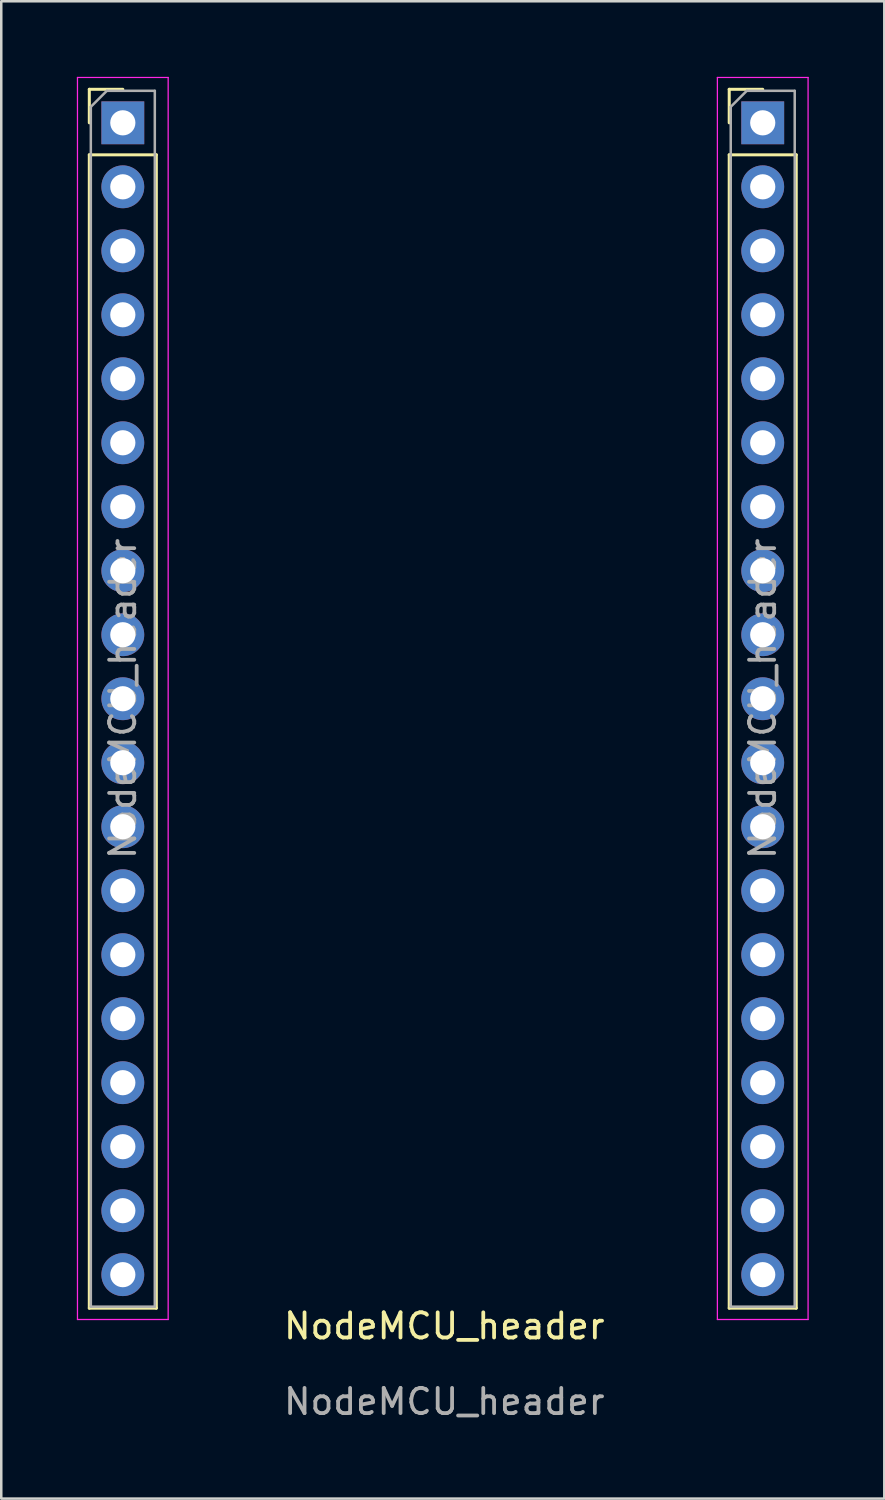
<source format=kicad_pcb>
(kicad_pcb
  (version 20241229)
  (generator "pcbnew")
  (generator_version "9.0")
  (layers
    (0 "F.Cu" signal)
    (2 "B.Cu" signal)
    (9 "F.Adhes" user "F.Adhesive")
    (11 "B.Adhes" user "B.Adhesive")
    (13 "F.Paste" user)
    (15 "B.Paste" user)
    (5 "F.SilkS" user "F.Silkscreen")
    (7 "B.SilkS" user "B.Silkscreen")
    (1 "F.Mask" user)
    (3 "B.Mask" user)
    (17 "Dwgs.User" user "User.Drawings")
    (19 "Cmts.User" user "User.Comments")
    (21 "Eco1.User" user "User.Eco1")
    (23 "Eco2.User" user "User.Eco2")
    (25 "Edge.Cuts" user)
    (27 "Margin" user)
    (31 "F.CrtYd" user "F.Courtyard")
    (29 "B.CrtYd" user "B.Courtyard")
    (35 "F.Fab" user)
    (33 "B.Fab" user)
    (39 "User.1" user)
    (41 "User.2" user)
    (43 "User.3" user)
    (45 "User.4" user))
  (footprint "NodeMCU_header"
    (layer "F.Cu")
    (at 14.585 50.085)
    (property "Reference" "NodeMCU_header" (at 0 -0.5 0) (unlocked yes) (layer "F.SilkS") (effects (font (size 1 1) (thickness 0.15))))
    (attr through_hole)
    (fp_line (start -14.09 -49.59) (end -12.76 -49.59) (stroke (width 0.12) (type solid)) (layer "F.SilkS"))
    (fp_line (start -14.09 -48.26) (end -14.09 -49.59) (stroke (width 0.12) (type solid)) (layer "F.SilkS"))
    (fp_line (start -14.09 -46.99) (end -14.09 -1.21) (stroke (width 0.12) (type solid)) (layer "F.SilkS"))
    (fp_line (start -14.09 -46.99) (end -11.43 -46.99) (stroke (width 0.12) (type solid)) (layer "F.SilkS"))
    (fp_line (start -14.09 -1.21) (end -11.43 -1.21) (stroke (width 0.12) (type solid)) (layer "F.SilkS"))
    (fp_line (start -11.43 -46.99) (end -11.43 -1.21) (stroke (width 0.12) (type solid)) (layer "F.SilkS"))
    (fp_line (start 11.31 -49.59) (end 12.64 -49.59) (stroke (width 0.12) (type solid)) (layer "F.SilkS"))
    (fp_line (start 11.31 -48.26) (end 11.31 -49.59) (stroke (width 0.12) (type solid)) (layer "F.SilkS"))
    (fp_line (start 11.31 -46.99) (end 11.31 -1.21) (stroke (width 0.12) (type solid)) (layer "F.SilkS"))
    (fp_line (start 11.31 -46.99) (end 13.97 -46.99) (stroke (width 0.12) (type solid)) (layer "F.SilkS"))
    (fp_line (start 11.31 -1.21) (end 13.97 -1.21) (stroke (width 0.12) (type solid)) (layer "F.SilkS"))
    (fp_line (start 13.97 -46.99) (end 13.97 -1.21) (stroke (width 0.12) (type solid)) (layer "F.SilkS"))
    (fp_line (start -14.56 -50.06) (end -14.56 -0.76) (stroke (width 0.05) (type solid)) (layer "F.CrtYd"))
    (fp_line (start -14.56 -0.76) (end -10.96 -0.76) (stroke (width 0.05) (type solid)) (layer "F.CrtYd"))
    (fp_line (start -10.96 -50.06) (end -14.56 -50.06) (stroke (width 0.05) (type solid)) (layer "F.CrtYd"))
    (fp_line (start -10.96 -0.76) (end -10.96 -50.06) (stroke (width 0.05) (type solid)) (layer "F.CrtYd"))
    (fp_line (start 10.84 -50.06) (end 10.84 -0.76) (stroke (width 0.05) (type solid)) (layer "F.CrtYd"))
    (fp_line (start 10.84 -0.76) (end 14.44 -0.76) (stroke (width 0.05) (type solid)) (layer "F.CrtYd"))
    (fp_line (start 14.44 -50.06) (end 10.84 -50.06) (stroke (width 0.05) (type solid)) (layer "F.CrtYd"))
    (fp_line (start 14.44 -0.76) (end 14.44 -50.06) (stroke (width 0.05) (type solid)) (layer "F.CrtYd"))
    (fp_line (start -14.03 -48.895) (end -13.395 -49.53) (stroke (width 0.1) (type solid)) (layer "F.Fab"))
    (fp_line (start -14.03 -1.27) (end -14.03 -48.895) (stroke (width 0.1) (type solid)) (layer "F.Fab"))
    (fp_line (start -13.395 -49.53) (end -11.49 -49.53) (stroke (width 0.1) (type solid)) (layer "F.Fab"))
    (fp_line (start -11.49 -49.53) (end -11.49 -1.27) (stroke (width 0.1) (type solid)) (layer "F.Fab"))
    (fp_line (start -11.49 -1.27) (end -14.03 -1.27) (stroke (width 0.1) (type solid)) (layer "F.Fab"))
    (fp_line (start 11.37 -48.895) (end 12.005 -49.53) (stroke (width 0.1) (type solid)) (layer "F.Fab"))
    (fp_line (start 11.37 -1.27) (end 11.37 -48.895) (stroke (width 0.1) (type solid)) (layer "F.Fab"))
    (fp_line (start 12.005 -49.53) (end 13.91 -49.53) (stroke (width 0.1) (type solid)) (layer "F.Fab"))
    (fp_line (start 13.91 -49.53) (end 13.91 -1.27) (stroke (width 0.1) (type solid)) (layer "F.Fab"))
    (fp_line (start 13.91 -1.27) (end 11.37 -1.27) (stroke (width 0.1) (type solid)) (layer "F.Fab"))
    (fp_text user "${REFERENCE}" (at -12.76 -25.4 90) (layer "F.Fab") (effects (font (size 1 1) (thickness 0.15))))
    (fp_text user "${REFERENCE}" (at 0 2.5 0) (unlocked yes) (layer "F.Fab") (effects (font (size 1 1) (thickness 0.15))))
    (fp_text user "${REFERENCE}" (at 12.64 -25.4 90) (layer "F.Fab") (effects (font (size 1 1) (thickness 0.15))))
    (pad "0" thru_hole rect (at 12.64 -48.26) (size 1.7 1.7) (drill 1) (layers "*.Cu" "*.Mask"))
    (pad "1" thru_hole oval (at 12.64 -45.72) (size 1.7 1.7) (drill 1) (layers "*.Cu" "*.Mask"))
    (pad "2" thru_hole oval (at 12.64 -43.18) (size 1.7 1.7) (drill 1) (layers "*.Cu" "*.Mask"))
    (pad "3" thru_hole oval (at 12.64 -40.64) (size 1.7 1.7) (drill 1) (layers "*.Cu" "*.Mask"))
    (pad "4" thru_hole oval (at 12.64 -38.1) (size 1.7 1.7) (drill 1) (layers "*.Cu" "*.Mask"))
    (pad "5" thru_hole oval (at 12.64 -35.56) (size 1.7 1.7) (drill 1) (layers "*.Cu" "*.Mask"))
    (pad "6" thru_hole oval (at 12.64 -33.02) (size 1.7 1.7) (drill 1) (layers "*.Cu" "*.Mask"))
    (pad "7" thru_hole oval (at 12.64 -30.48) (size 1.7 1.7) (drill 1) (layers "*.Cu" "*.Mask"))
    (pad "8" thru_hole oval (at 12.64 -27.94) (size 1.7 1.7) (drill 1) (layers "*.Cu" "*.Mask"))
    (pad "9" thru_hole oval (at 12.64 -25.4) (size 1.7 1.7) (drill 1) (layers "*.Cu" "*.Mask"))
    (pad "10" thru_hole oval (at 12.64 -22.86) (size 1.7 1.7) (drill 1) (layers "*.Cu" "*.Mask"))
    (pad "11" thru_hole oval (at 12.64 -20.32) (size 1.7 1.7) (drill 1) (layers "*.Cu" "*.Mask"))
    (pad "12" thru_hole oval (at 12.64 -17.78) (size 1.7 1.7) (drill 1) (layers "*.Cu" "*.Mask"))
    (pad "13" thru_hole oval (at 12.64 -15.24) (size 1.7 1.7) (drill 1) (layers "*.Cu" "*.Mask"))
    (pad "14" thru_hole oval (at 12.64 -12.7) (size 1.7 1.7) (drill 1) (layers "*.Cu" "*.Mask"))
    (pad "15" thru_hole oval (at 12.64 -10.16) (size 1.7 1.7) (drill 1) (layers "*.Cu" "*.Mask"))
    (pad "16" thru_hole oval (at 12.64 -7.62) (size 1.7 1.7) (drill 1) (layers "*.Cu" "*.Mask"))
    (pad "17" thru_hole oval (at 12.64 -5.08) (size 1.7 1.7) (drill 1) (layers "*.Cu" "*.Mask"))
    (pad "18" thru_hole oval (at 12.64 -2.54) (size 1.7 1.7) (drill 1) (layers "*.Cu" "*.Mask"))
    (pad "19" thru_hole oval (at -12.76 -2.54) (size 1.7 1.7) (drill 1) (layers "*.Cu" "*.Mask"))
    (pad "20" thru_hole oval (at -12.76 -5.08) (size 1.7 1.7) (drill 1) (layers "*.Cu" "*.Mask"))
    (pad "21" thru_hole oval (at -12.76 -7.62) (size 1.7 1.7) (drill 1) (layers "*.Cu" "*.Mask"))
    (pad "22" thru_hole oval (at -12.76 -10.16) (size 1.7 1.7) (drill 1) (layers "*.Cu" "*.Mask"))
    (pad "23" thru_hole oval (at -12.76 -12.7) (size 1.7 1.7) (drill 1) (layers "*.Cu" "*.Mask"))
    (pad "24" thru_hole oval (at -12.76 -15.24) (size 1.7 1.7) (drill 1) (layers "*.Cu" "*.Mask"))
    (pad "25" thru_hole oval (at -12.76 -17.78) (size 1.7 1.7) (drill 1) (layers "*.Cu" "*.Mask"))
    (pad "26" thru_hole oval (at -12.76 -20.32) (size 1.7 1.7) (drill 1) (layers "*.Cu" "*.Mask"))
    (pad "27" thru_hole oval (at -12.76 -22.86) (size 1.7 1.7) (drill 1) (layers "*.Cu" "*.Mask"))
    (pad "28" thru_hole oval (at -12.76 -25.4) (size 1.7 1.7) (drill 1) (layers "*.Cu" "*.Mask"))
    (pad "29" thru_hole oval (at -12.76 -27.94) (size 1.7 1.7) (drill 1) (layers "*.Cu" "*.Mask"))
    (pad "30" thru_hole oval (at -12.76 -30.48) (size 1.7 1.7) (drill 1) (layers "*.Cu" "*.Mask"))
    (pad "31" thru_hole oval (at -12.76 -33.02) (size 1.7 1.7) (drill 1) (layers "*.Cu" "*.Mask"))
    (pad "32" thru_hole oval (at -12.76 -35.56) (size 1.7 1.7) (drill 1) (layers "*.Cu" "*.Mask"))
    (pad "33" thru_hole oval (at -12.76 -38.1) (size 1.7 1.7) (drill 1) (layers "*.Cu" "*.Mask"))
    (pad "34" thru_hole oval (at -12.76 -40.64) (size 1.7 1.7) (drill 1) (layers "*.Cu" "*.Mask"))
    (pad "35" thru_hole oval (at -12.76 -43.18) (size 1.7 1.7) (drill 1) (layers "*.Cu" "*.Mask"))
    (pad "36" thru_hole oval (at -12.76 -45.72) (size 1.7 1.7) (drill 1) (layers "*.Cu" "*.Mask"))
    (pad "37" thru_hole rect (at -12.76 -48.26) (size 1.7 1.7) (drill 1) (layers "*.Cu" "*.Mask")))
  (gr_rect
    (start -3 -3)
    (end 32.05 56.433)
    (stroke (width 0.1) (type default))
    (fill no)
    (layer "Edge.Cuts")))
</source>
